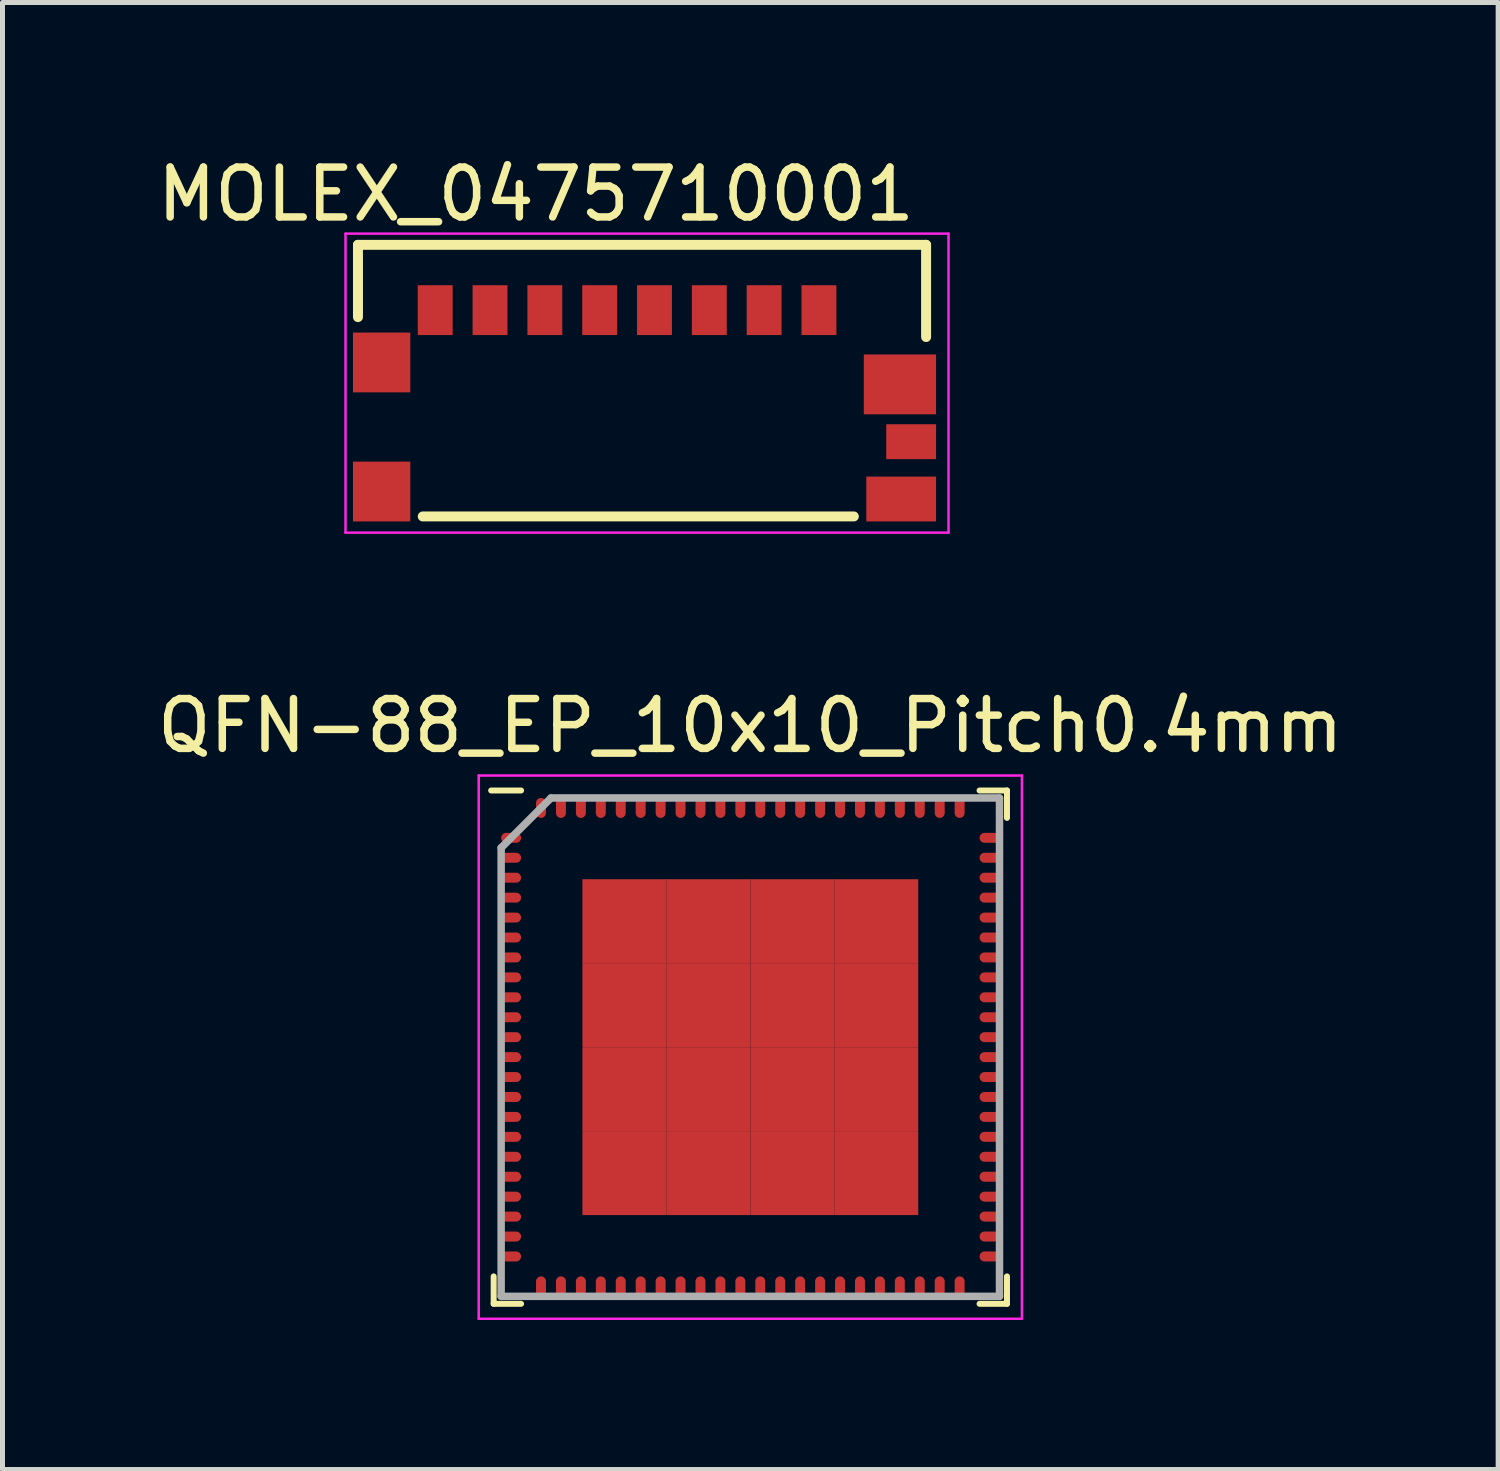
<source format=kicad_pcb>
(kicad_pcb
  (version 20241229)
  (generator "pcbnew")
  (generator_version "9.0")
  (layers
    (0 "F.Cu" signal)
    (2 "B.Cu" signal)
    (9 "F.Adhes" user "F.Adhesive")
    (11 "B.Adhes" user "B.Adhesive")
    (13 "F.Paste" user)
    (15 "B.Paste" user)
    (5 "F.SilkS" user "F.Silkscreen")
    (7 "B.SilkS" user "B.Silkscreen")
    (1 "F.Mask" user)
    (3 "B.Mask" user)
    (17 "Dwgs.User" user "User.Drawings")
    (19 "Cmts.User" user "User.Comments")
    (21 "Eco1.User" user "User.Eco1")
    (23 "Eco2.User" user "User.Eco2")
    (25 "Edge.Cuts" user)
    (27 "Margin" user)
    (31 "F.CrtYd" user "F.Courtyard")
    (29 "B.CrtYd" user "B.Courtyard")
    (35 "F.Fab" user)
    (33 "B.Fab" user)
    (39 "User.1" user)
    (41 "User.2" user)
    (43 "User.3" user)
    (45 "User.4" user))
  (footprint "MOLEX_0475710001"
    (layer "F.Cu")
    (at 9.833 4.588)
    (property "Reference" "MOLEX_0475710001" (at -2.128 -3.74 0) (layer "F.SilkS") (effects (font (size 1.001 1.001) (thickness 0.15))))
    (attr through_hole)
    (fp_line (start -5.7 -2.725) (end 5.7 -2.725) (stroke (width 0.2) (type solid)) (layer "F.SilkS"))
    (fp_line (start -5.7 -1.275) (end -5.7 -2.725) (stroke (width 0.2) (type solid)) (layer "F.SilkS"))
    (fp_line (start -4.4 2.725) (end 4.25 2.725) (stroke (width 0.2) (type solid)) (layer "F.SilkS"))
    (fp_line (start 5.7 -2.725) (end 5.7 -0.875) (stroke (width 0.2) (type solid)) (layer "F.SilkS"))
    (fp_line (start -5.95 -2.95) (end 6.15 -2.95) (stroke (width 0.05) (type solid)) (layer "F.CrtYd"))
    (fp_line (start -5.95 3.05) (end -5.95 -2.95) (stroke (width 0.05) (type solid)) (layer "F.CrtYd"))
    (fp_line (start 6.15 -2.95) (end 6.15 3.05) (stroke (width 0.05) (type solid)) (layer "F.CrtYd"))
    (fp_line (start 6.15 3.05) (end -5.95 3.05) (stroke (width 0.05) (type solid)) (layer "F.CrtYd"))
    (pad "1" smd rect (at 3.55 -1.415) (size 0.7 1) (layers "F.Cu" "F.Mask" "F.Paste"))
    (pad "2" smd rect (at 2.45 -1.415) (size 0.7 1) (layers "F.Cu" "F.Mask" "F.Paste"))
    (pad "3" smd rect (at 1.35 -1.415) (size 0.7 1) (layers "F.Cu" "F.Mask" "F.Paste"))
    (pad "4" smd rect (at 0.25 -1.415) (size 0.7 1) (layers "F.Cu" "F.Mask" "F.Paste"))
    (pad "5" smd rect (at -0.85 -1.415) (size 0.7 1) (layers "F.Cu" "F.Mask" "F.Paste"))
    (pad "6" smd rect (at -1.95 -1.415) (size 0.7 1) (layers "F.Cu" "F.Mask" "F.Paste"))
    (pad "7" smd rect (at -3.05 -1.415) (size 0.7 1) (layers "F.Cu" "F.Mask" "F.Paste"))
    (pad "8" smd rect (at -4.15 -1.415) (size 0.7 1) (layers "F.Cu" "F.Mask" "F.Paste"))
    (pad "9" smd rect (at -5.225 -0.365) (size 1.15 1.2) (layers "F.Cu" "F.Mask" "F.Paste"))
    (pad "10" smd rect (at -5.225 2.225) (size 1.15 1.2) (layers "F.Cu" "F.Mask" "F.Paste"))
    (pad "11" smd rect (at 5.2 2.375) (size 1.4 0.9) (layers "F.Cu" "F.Mask" "F.Paste"))
    (pad "12" smd rect (at 5.4 1.225) (size 1 0.7) (layers "F.Cu" "F.Mask" "F.Paste"))
    (pad "13" smd rect (at 5.175 0.075) (size 1.45 1.2) (layers "F.Cu" "F.Mask" "F.Paste")))
  (footprint "QFN-88_EP_10x10_Pitch0.4mm"
    (layer "F.Cu")
    (at 12.006 17.962)
    (property "Reference" "QFN-88_EP_10x10_Pitch0.4mm" (at 0 -6.45 0) (layer "F.SilkS") (effects (font (size 1 1) (thickness 0.15))))
    (attr smd)
    (fp_line (start -5.15 5.15) (end -5.15 4.6) (stroke (width 0.12) (type solid)) (layer "F.SilkS"))
    (fp_line (start -4.6 -5.15) (end -5.2 -5.15) (stroke (width 0.12) (type solid)) (layer "F.SilkS"))
    (fp_line (start -4.6 5.15) (end -5.15 5.15) (stroke (width 0.12) (type solid)) (layer "F.SilkS"))
    (fp_line (start 4.6 -5.15) (end 5.15 -5.15) (stroke (width 0.12) (type solid)) (layer "F.SilkS"))
    (fp_line (start 4.6 5.15) (end 5.15 5.15) (stroke (width 0.12) (type solid)) (layer "F.SilkS"))
    (fp_line (start 5.15 -5.15) (end 5.15 -4.6) (stroke (width 0.12) (type solid)) (layer "F.SilkS"))
    (fp_line (start 5.15 5.15) (end 5.15 4.6) (stroke (width 0.12) (type solid)) (layer "F.SilkS"))
    (fp_line (start -5.45 -5.45) (end 5.45 -5.45) (stroke (width 0.05) (type solid)) (layer "F.CrtYd"))
    (fp_line (start -5.45 5.45) (end -5.45 -5.45) (stroke (width 0.05) (type solid)) (layer "F.CrtYd"))
    (fp_line (start 5.45 -5.45) (end 5.45 5.45) (stroke (width 0.05) (type solid)) (layer "F.CrtYd"))
    (fp_line (start 5.45 5.45) (end -5.45 5.45) (stroke (width 0.05) (type solid)) (layer "F.CrtYd"))
    (fp_line (start -5 -4) (end -5 5) (stroke (width 0.15) (type solid)) (layer "F.Fab"))
    (fp_line (start -5 5) (end 5 5) (stroke (width 0.15) (type solid)) (layer "F.Fab"))
    (fp_line (start -4 -5) (end -5 -4) (stroke (width 0.15) (type solid)) (layer "F.Fab"))
    (fp_line (start 5 -5) (end -4 -5) (stroke (width 0.15) (type solid)) (layer "F.Fab"))
    (fp_line (start 5 5) (end 5 -5) (stroke (width 0.15) (type solid)) (layer "F.Fab"))
    (pad "1" smd oval (at -4.8 -4.2 90) (size 0.2 0.4) (layers "F.Cu" "F.Mask" "F.Paste"))
    (pad "2" smd oval (at -4.8 -3.8 90) (size 0.2 0.4) (layers "F.Cu" "F.Mask" "F.Paste"))
    (pad "3" smd oval (at -4.8 -3.4 90) (size 0.2 0.4) (layers "F.Cu" "F.Mask" "F.Paste"))
    (pad "4" smd oval (at -4.8 -3 90) (size 0.2 0.4) (layers "F.Cu" "F.Mask" "F.Paste"))
    (pad "5" smd oval (at -4.8 -2.6 90) (size 0.2 0.4) (layers "F.Cu" "F.Mask" "F.Paste"))
    (pad "6" smd oval (at -4.8 -2.2 90) (size 0.2 0.4) (layers "F.Cu" "F.Mask" "F.Paste"))
    (pad "7" smd oval (at -4.8 -1.8 90) (size 0.2 0.4) (layers "F.Cu" "F.Mask" "F.Paste"))
    (pad "8" smd oval (at -4.8 -1.4 90) (size 0.2 0.4) (layers "F.Cu" "F.Mask" "F.Paste"))
    (pad "9" smd oval (at -4.8 -1 90) (size 0.2 0.4) (layers "F.Cu" "F.Mask" "F.Paste"))
    (pad "10" smd oval (at -4.8 -0.6 90) (size 0.2 0.4) (layers "F.Cu" "F.Mask" "F.Paste"))
    (pad "11" smd oval (at -4.8 -0.2 90) (size 0.2 0.4) (layers "F.Cu" "F.Mask" "F.Paste"))
    (pad "12" smd oval (at -4.8 0.2 90) (size 0.2 0.4) (layers "F.Cu" "F.Mask" "F.Paste"))
    (pad "13" smd oval (at -4.8 0.6 90) (size 0.2 0.4) (layers "F.Cu" "F.Mask" "F.Paste"))
    (pad "14" smd oval (at -4.8 1 90) (size 0.2 0.4) (layers "F.Cu" "F.Mask" "F.Paste"))
    (pad "15" smd oval (at -4.8 1.4 90) (size 0.2 0.4) (layers "F.Cu" "F.Mask" "F.Paste"))
    (pad "16" smd oval (at -4.8 1.8 90) (size 0.2 0.4) (layers "F.Cu" "F.Mask" "F.Paste"))
    (pad "17" smd oval (at -4.8 2.2 90) (size 0.2 0.4) (layers "F.Cu" "F.Mask" "F.Paste"))
    (pad "18" smd oval (at -4.8 2.6 90) (size 0.2 0.4) (layers "F.Cu" "F.Mask" "F.Paste"))
    (pad "19" smd oval (at -4.8 3 90) (size 0.2 0.4) (layers "F.Cu" "F.Mask" "F.Paste"))
    (pad "20" smd oval (at -4.8 3.4 90) (size 0.2 0.4) (layers "F.Cu" "F.Mask" "F.Paste"))
    (pad "21" smd oval (at -4.8 3.8 90) (size 0.2 0.4) (layers "F.Cu" "F.Mask" "F.Paste"))
    (pad "22" smd oval (at -4.8 4.2 90) (size 0.2 0.4) (layers "F.Cu" "F.Mask" "F.Paste"))
    (pad "23" smd oval (at -4.2 4.8) (size 0.2 0.4) (layers "F.Cu" "F.Mask" "F.Paste"))
    (pad "24" smd oval (at -3.8 4.8) (size 0.2 0.4) (layers "F.Cu" "F.Mask" "F.Paste"))
    (pad "25" smd oval (at -3.4 4.8) (size 0.2 0.4) (layers "F.Cu" "F.Mask" "F.Paste"))
    (pad "26" smd oval (at -3 4.8) (size 0.2 0.4) (layers "F.Cu" "F.Mask" "F.Paste"))
    (pad "27" smd oval (at -2.6 4.8) (size 0.2 0.4) (layers "F.Cu" "F.Mask" "F.Paste"))
    (pad "28" smd oval (at -2.2 4.8) (size 0.2 0.4) (layers "F.Cu" "F.Mask" "F.Paste"))
    (pad "29" smd oval (at -1.8 4.8) (size 0.2 0.4) (layers "F.Cu" "F.Mask" "F.Paste"))
    (pad "30" smd oval (at -1.4 4.8) (size 0.2 0.4) (layers "F.Cu" "F.Mask" "F.Paste"))
    (pad "31" smd oval (at -1 4.8) (size 0.2 0.4) (layers "F.Cu" "F.Mask" "F.Paste"))
    (pad "32" smd oval (at -0.6 4.8) (size 0.2 0.4) (layers "F.Cu" "F.Mask" "F.Paste"))
    (pad "33" smd oval (at -0.2 4.8) (size 0.2 0.4) (layers "F.Cu" "F.Mask" "F.Paste"))
    (pad "34" smd oval (at 0.2 4.8) (size 0.2 0.4) (layers "F.Cu" "F.Mask" "F.Paste"))
    (pad "35" smd oval (at 0.6 4.8) (size 0.2 0.4) (layers "F.Cu" "F.Mask" "F.Paste"))
    (pad "36" smd oval (at 1 4.8) (size 0.2 0.4) (layers "F.Cu" "F.Mask" "F.Paste"))
    (pad "37" smd oval (at 1.4 4.8) (size 0.2 0.4) (layers "F.Cu" "F.Mask" "F.Paste"))
    (pad "38" smd oval (at 1.8 4.8) (size 0.2 0.4) (layers "F.Cu" "F.Mask" "F.Paste"))
    (pad "39" smd oval (at 2.2 4.8) (size 0.2 0.4) (layers "F.Cu" "F.Mask" "F.Paste"))
    (pad "40" smd oval (at 2.6 4.8) (size 0.2 0.4) (layers "F.Cu" "F.Mask" "F.Paste"))
    (pad "41" smd oval (at 3 4.8) (size 0.2 0.4) (layers "F.Cu" "F.Mask" "F.Paste"))
    (pad "42" smd oval (at 3.4 4.8) (size 0.2 0.4) (layers "F.Cu" "F.Mask" "F.Paste"))
    (pad "43" smd oval (at 3.8 4.8) (size 0.2 0.4) (layers "F.Cu" "F.Mask" "F.Paste"))
    (pad "44" smd oval (at 4.2 4.8) (size 0.2 0.4) (layers "F.Cu" "F.Mask" "F.Paste"))
    (pad "45" smd oval (at 4.8 4.2 90) (size 0.2 0.4) (layers "F.Cu" "F.Mask" "F.Paste"))
    (pad "46" smd oval (at 4.8 3.8 90) (size 0.2 0.4) (layers "F.Cu" "F.Mask" "F.Paste"))
    (pad "47" smd oval (at 4.8 3.4 90) (size 0.2 0.4) (layers "F.Cu" "F.Mask" "F.Paste"))
    (pad "48" smd oval (at 4.8 3 90) (size 0.2 0.4) (layers "F.Cu" "F.Mask" "F.Paste"))
    (pad "49" smd oval (at 4.8 2.6 90) (size 0.2 0.4) (layers "F.Cu" "F.Mask" "F.Paste"))
    (pad "50" smd oval (at 4.8 2.2 90) (size 0.2 0.4) (layers "F.Cu" "F.Mask" "F.Paste"))
    (pad "51" smd oval (at 4.8 1.8 90) (size 0.2 0.4) (layers "F.Cu" "F.Mask" "F.Paste"))
    (pad "52" smd oval (at 4.8 1.4 90) (size 0.2 0.4) (layers "F.Cu" "F.Mask" "F.Paste"))
    (pad "53" smd oval (at 4.8 1 90) (size 0.2 0.4) (layers "F.Cu" "F.Mask" "F.Paste"))
    (pad "54" smd oval (at 4.8 0.6 90) (size 0.2 0.4) (layers "F.Cu" "F.Mask" "F.Paste"))
    (pad "55" smd oval (at 4.8 0.2 90) (size 0.2 0.4) (layers "F.Cu" "F.Mask" "F.Paste"))
    (pad "56" smd oval (at 4.8 -0.2 90) (size 0.2 0.4) (layers "F.Cu" "F.Mask" "F.Paste"))
    (pad "57" smd oval (at 4.8 -0.6 90) (size 0.2 0.4) (layers "F.Cu" "F.Mask" "F.Paste"))
    (pad "58" smd oval (at 4.8 -1 90) (size 0.2 0.4) (layers "F.Cu" "F.Mask" "F.Paste"))
    (pad "59" smd oval (at 4.8 -1.4 90) (size 0.2 0.4) (layers "F.Cu" "F.Mask" "F.Paste"))
    (pad "60" smd oval (at 4.8 -1.8 90) (size 0.2 0.4) (layers "F.Cu" "F.Mask" "F.Paste"))
    (pad "61" smd oval (at 4.8 -2.2 90) (size 0.2 0.4) (layers "F.Cu" "F.Mask" "F.Paste"))
    (pad "62" smd oval (at 4.8 -2.6 90) (size 0.2 0.4) (layers "F.Cu" "F.Mask" "F.Paste"))
    (pad "63" smd oval (at 4.8 -3 90) (size 0.2 0.4) (layers "F.Cu" "F.Mask" "F.Paste"))
    (pad "64" smd oval (at 4.8 -3.4 90) (size 0.2 0.4) (layers "F.Cu" "F.Mask" "F.Paste"))
    (pad "65" smd oval (at 4.8 -3.8 90) (size 0.2 0.4) (layers "F.Cu" "F.Mask" "F.Paste"))
    (pad "66" smd oval (at 4.8 -4.2 90) (size 0.2 0.4) (layers "F.Cu" "F.Mask" "F.Paste"))
    (pad "67" smd oval (at 4.2 -4.8) (size 0.2 0.4) (layers "F.Cu" "F.Mask" "F.Paste"))
    (pad "68" smd oval (at 3.8 -4.8) (size 0.2 0.4) (layers "F.Cu" "F.Mask" "F.Paste"))
    (pad "69" smd oval (at 3.4 -4.8) (size 0.2 0.4) (layers "F.Cu" "F.Mask" "F.Paste"))
    (pad "70" smd oval (at 3 -4.8) (size 0.2 0.4) (layers "F.Cu" "F.Mask" "F.Paste"))
    (pad "71" smd oval (at 2.6 -4.8) (size 0.2 0.4) (layers "F.Cu" "F.Mask" "F.Paste"))
    (pad "72" smd oval (at 2.2 -4.8) (size 0.2 0.4) (layers "F.Cu" "F.Mask" "F.Paste"))
    (pad "73" smd oval (at 1.8 -4.8) (size 0.2 0.4) (layers "F.Cu" "F.Mask" "F.Paste"))
    (pad "74" smd oval (at 1.4 -4.8) (size 0.2 0.4) (layers "F.Cu" "F.Mask" "F.Paste"))
    (pad "75" smd oval (at 1 -4.8) (size 0.2 0.4) (layers "F.Cu" "F.Mask" "F.Paste"))
    (pad "76" smd oval (at 0.6 -4.8) (size 0.2 0.4) (layers "F.Cu" "F.Mask" "F.Paste"))
    (pad "77" smd oval (at 0.2 -4.8) (size 0.2 0.4) (layers "F.Cu" "F.Mask" "F.Paste"))
    (pad "78" smd oval (at -0.2 -4.8) (size 0.2 0.4) (layers "F.Cu" "F.Mask" "F.Paste"))
    (pad "79" smd oval (at -0.6 -4.8) (size 0.2 0.4) (layers "F.Cu" "F.Mask" "F.Paste"))
    (pad "80" smd oval (at -1 -4.8) (size 0.2 0.4) (layers "F.Cu" "F.Mask" "F.Paste"))
    (pad "81" smd oval (at -1.4 -4.8) (size 0.2 0.4) (layers "F.Cu" "F.Mask" "F.Paste"))
    (pad "82" smd oval (at -1.8 -4.8) (size 0.2 0.4) (layers "F.Cu" "F.Mask" "F.Paste"))
    (pad "83" smd oval (at -2.2 -4.8) (size 0.2 0.4) (layers "F.Cu" "F.Mask" "F.Paste"))
    (pad "84" smd oval (at -2.6 -4.8) (size 0.2 0.4) (layers "F.Cu" "F.Mask" "F.Paste"))
    (pad "85" smd oval (at -3 -4.8) (size 0.2 0.4) (layers "F.Cu" "F.Mask" "F.Paste"))
    (pad "86" smd oval (at -3.4 -4.8) (size 0.2 0.4) (layers "F.Cu" "F.Mask" "F.Paste"))
    (pad "87" smd oval (at -3.8 -4.8) (size 0.2 0.4) (layers "F.Cu" "F.Mask" "F.Paste"))
    (pad "88" smd oval (at -4.2 -4.8) (size 0.2 0.4) (layers "F.Cu" "F.Mask" "F.Paste"))
    (pad "89" smd rect (at -2.527 -2.527) (size 1.685 1.685) (layers "F.Cu" "F.Mask" "F.Paste"))
    (pad "89" smd rect (at -2.527 -0.843) (size 1.685 1.685) (layers "F.Cu" "F.Mask" "F.Paste"))
    (pad "89" smd rect (at -2.527 0.843) (size 1.685 1.685) (layers "F.Cu" "F.Mask" "F.Paste"))
    (pad "89" smd rect (at -2.527 2.527) (size 1.685 1.685) (layers "F.Cu" "F.Mask" "F.Paste"))
    (pad "89" smd rect (at -0.843 -2.527) (size 1.685 1.685) (layers "F.Cu" "F.Mask" "F.Paste"))
    (pad "89" smd rect (at -0.843 -0.843) (size 1.685 1.685) (layers "F.Cu" "F.Mask" "F.Paste"))
    (pad "89" smd rect (at -0.843 0.843) (size 1.685 1.685) (layers "F.Cu" "F.Mask" "F.Paste"))
    (pad "89" smd rect (at -0.843 2.527) (size 1.685 1.685) (layers "F.Cu" "F.Mask" "F.Paste"))
    (pad "89" smd rect (at 0.843 -2.527) (size 1.685 1.685) (layers "F.Cu" "F.Mask" "F.Paste"))
    (pad "89" smd rect (at 0.843 -0.843) (size 1.685 1.685) (layers "F.Cu" "F.Mask" "F.Paste"))
    (pad "89" smd rect (at 0.843 0.843) (size 1.685 1.685) (layers "F.Cu" "F.Mask" "F.Paste"))
    (pad "89" smd rect (at 0.843 2.527) (size 1.685 1.685) (layers "F.Cu" "F.Mask" "F.Paste"))
    (pad "89" smd rect (at 2.527 -2.527) (size 1.685 1.685) (layers "F.Cu" "F.Mask" "F.Paste"))
    (pad "89" smd rect (at 2.527 -0.843) (size 1.685 1.685) (layers "F.Cu" "F.Mask" "F.Paste"))
    (pad "89" smd rect (at 2.527 0.843) (size 1.685 1.685) (layers "F.Cu" "F.Mask" "F.Paste"))
    (pad "89" smd rect (at 2.527 2.527) (size 1.685 1.685) (layers "F.Cu" "F.Mask" "F.Paste")))
  (gr_rect
    (start -3 -3)
    (end 27.012 26.437)
    (stroke (width 0.1) (type default))
    (fill no)
    (layer "Edge.Cuts")))
</source>
